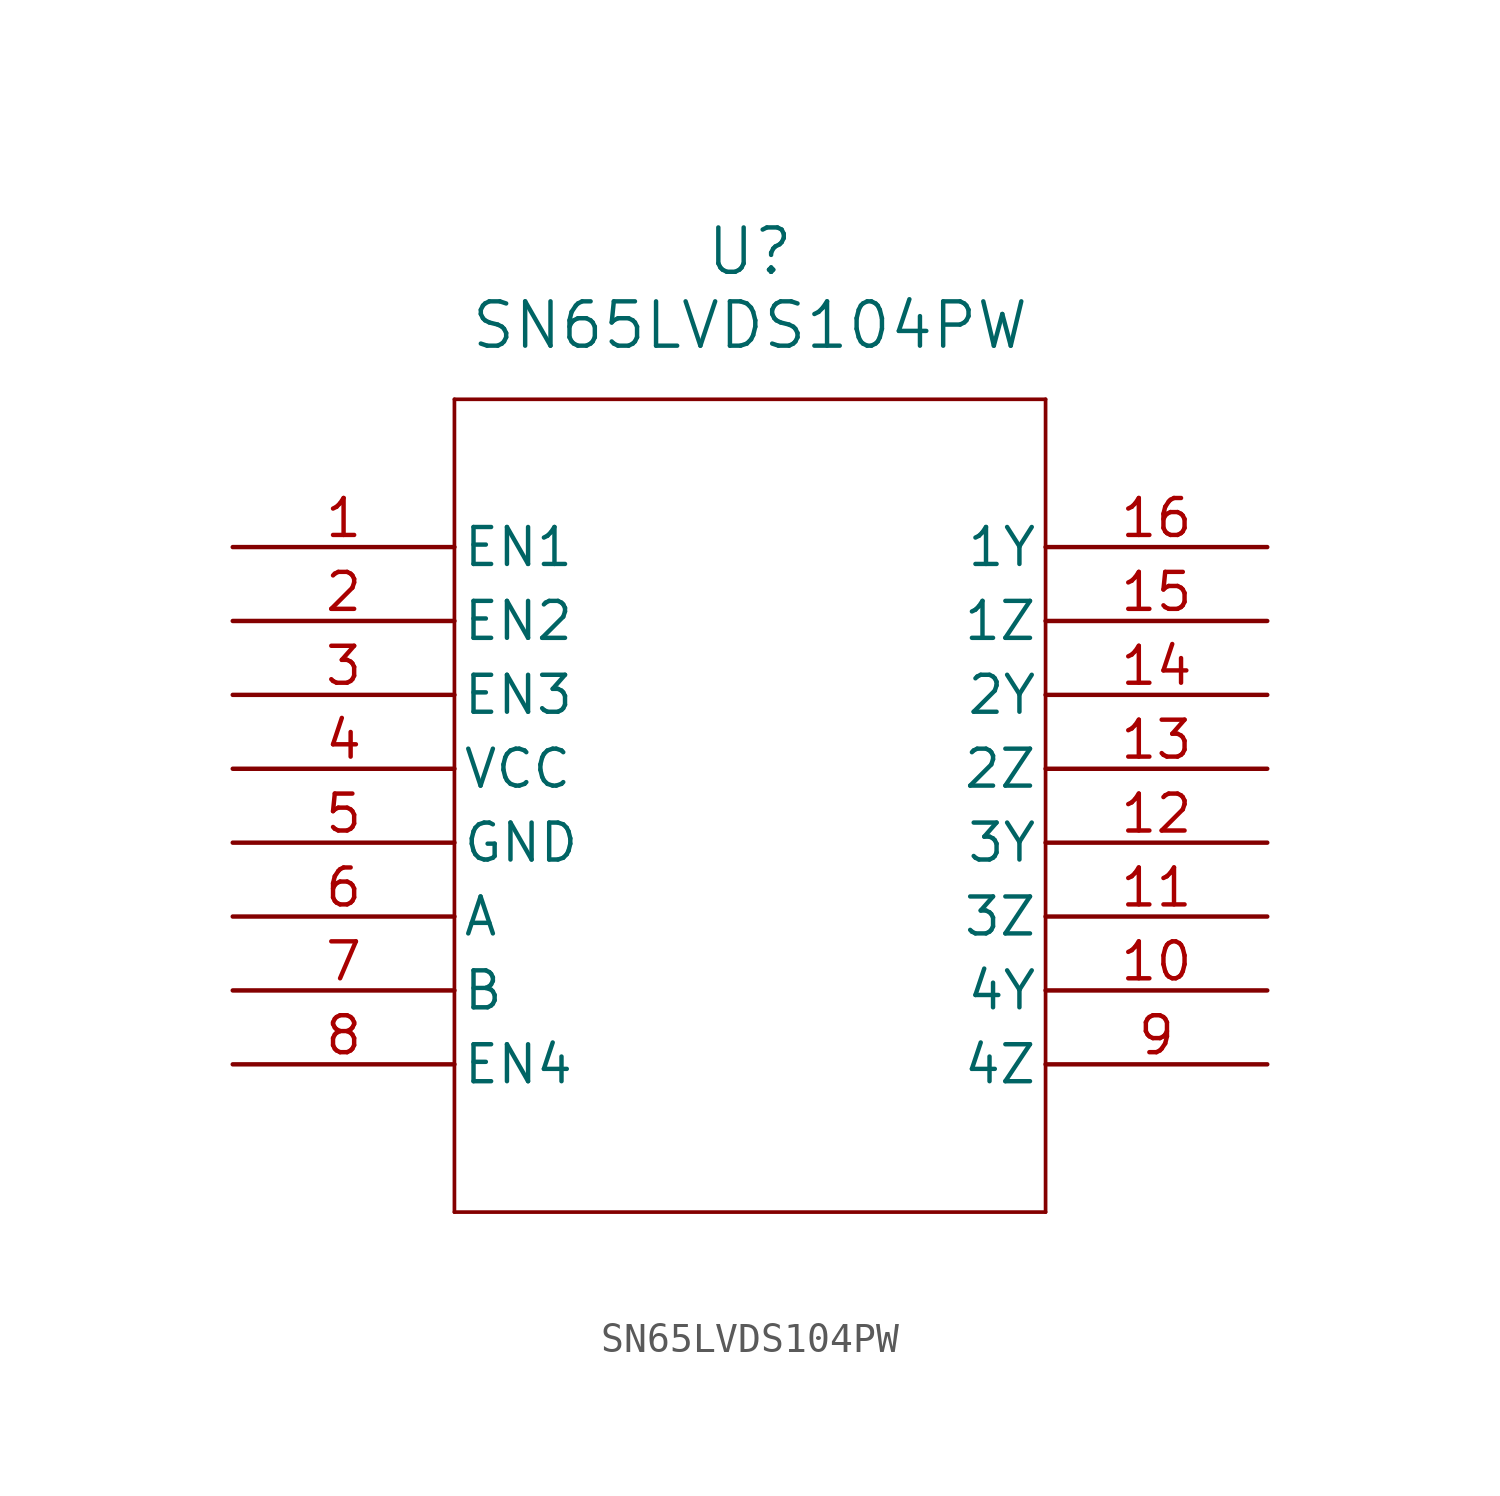
<source format=kicad_sym>
(kicad_symbol_lib
  (version 20211014)
  (generator kicad_symbol_editor)
  (symbol "SN65LVDS104PW"
    (pin_names
      (offset 0.254))
    (property "Reference" "U"
      (at 17.78 10.16 0)
      (effects (font (size 1.524 1.524))))
    (property "Value" "SN65LVDS104PW"
      (at 17.78 7.62 0)
      (effects (font (size 1.524 1.524))))
    (property "ki_locked" ""
      (at 0 0 0)
      (effects (font (size 1.27 1.27))))
    (symbol "SN65LVDS104PW_0_1"
      (polyline (pts (xy 7.62 -22.86) (xy 27.94 -22.86)) (stroke (width 0.127) (type default) (color 0 0 0 0)) (fill (type none)))
      (polyline (pts (xy 7.62 5.08) (xy 7.62 -22.86)) (stroke (width 0.127) (type default) (color 0 0 0 0)) (fill (type none)))
      (polyline (pts (xy 27.94 -22.86) (xy 27.94 5.08)) (stroke (width 0.127) (type default) (color 0 0 0 0)) (fill (type none)))
      (polyline (pts (xy 27.94 5.08) (xy 7.62 5.08)) (stroke (width 0.127) (type default) (color 0 0 0 0)) (fill (type none)))
      (pin input line (at 0 0 0) (length 7.62) (name "EN1" (effects (font (size 1.27 1.27)))) (number "1" (effects (font (size 1.27 1.27)))))
      (pin output line (at 35.56 -15.24 180) (length 7.62) (name "4Y" (effects (font (size 1.27 1.27)))) (number "10" (effects (font (size 1.27 1.27)))))
      (pin output line (at 35.56 -12.7 180) (length 7.62) (name "3Z" (effects (font (size 1.27 1.27)))) (number "11" (effects (font (size 1.27 1.27)))))
      (pin output line (at 35.56 -10.16 180) (length 7.62) (name "3Y" (effects (font (size 1.27 1.27)))) (number "12" (effects (font (size 1.27 1.27)))))
      (pin output line (at 35.56 -7.62 180) (length 7.62) (name "2Z" (effects (font (size 1.27 1.27)))) (number "13" (effects (font (size 1.27 1.27)))))
      (pin output line (at 35.56 -5.08 180) (length 7.62) (name "2Y" (effects (font (size 1.27 1.27)))) (number "14" (effects (font (size 1.27 1.27)))))
      (pin output line (at 35.56 -2.54 180) (length 7.62) (name "1Z" (effects (font (size 1.27 1.27)))) (number "15" (effects (font (size 1.27 1.27)))))
      (pin output line (at 35.56 0 180) (length 7.62) (name "1Y" (effects (font (size 1.27 1.27)))) (number "16" (effects (font (size 1.27 1.27)))))
      (pin input line (at 0 -2.54 0) (length 7.62) (name "EN2" (effects (font (size 1.27 1.27)))) (number "2" (effects (font (size 1.27 1.27)))))
      (pin input line (at 0 -5.08 0) (length 7.62) (name "EN3" (effects (font (size 1.27 1.27)))) (number "3" (effects (font (size 1.27 1.27)))))
      (pin power_in line (at 0 -7.62 0) (length 7.62) (name "VCC" (effects (font (size 1.27 1.27)))) (number "4" (effects (font (size 1.27 1.27)))))
      (pin power_in line (at 0 -10.16 0) (length 7.62) (name "GND" (effects (font (size 1.27 1.27)))) (number "5" (effects (font (size 1.27 1.27)))))
      (pin input line (at 0 -12.7 0) (length 7.62) (name "A" (effects (font (size 1.27 1.27)))) (number "6" (effects (font (size 1.27 1.27)))))
      (pin input line (at 0 -15.24 0) (length 7.62) (name "B" (effects (font (size 1.27 1.27)))) (number "7" (effects (font (size 1.27 1.27)))))
      (pin input line (at 0 -17.78 0) (length 7.62) (name "EN4" (effects (font (size 1.27 1.27)))) (number "8" (effects (font (size 1.27 1.27)))))
      (pin output line (at 35.56 -17.78 180) (length 7.62) (name "4Z" (effects (font (size 1.27 1.27)))) (number "9" (effects (font (size 1.27 1.27))))))))
</source>
